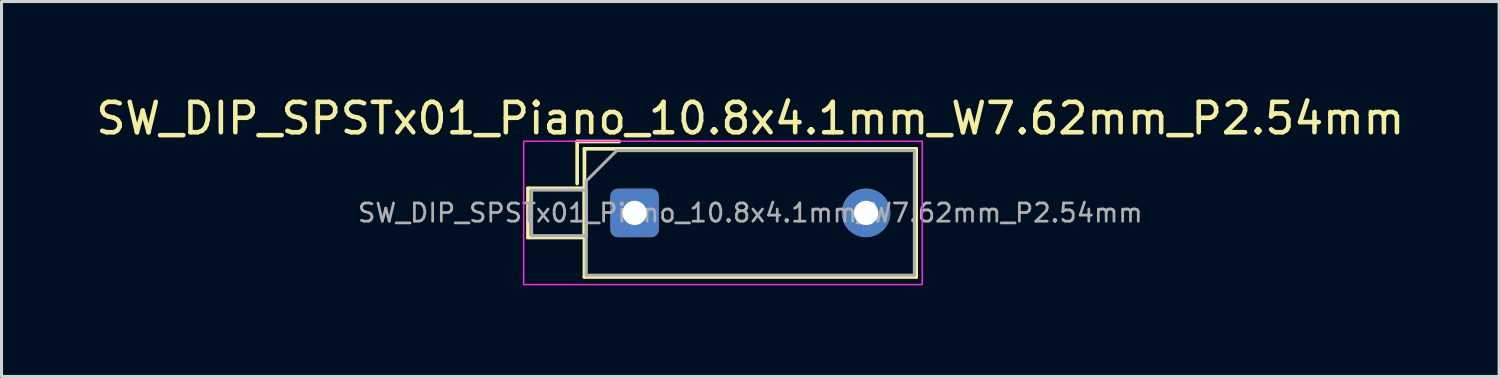
<source format=kicad_pcb>
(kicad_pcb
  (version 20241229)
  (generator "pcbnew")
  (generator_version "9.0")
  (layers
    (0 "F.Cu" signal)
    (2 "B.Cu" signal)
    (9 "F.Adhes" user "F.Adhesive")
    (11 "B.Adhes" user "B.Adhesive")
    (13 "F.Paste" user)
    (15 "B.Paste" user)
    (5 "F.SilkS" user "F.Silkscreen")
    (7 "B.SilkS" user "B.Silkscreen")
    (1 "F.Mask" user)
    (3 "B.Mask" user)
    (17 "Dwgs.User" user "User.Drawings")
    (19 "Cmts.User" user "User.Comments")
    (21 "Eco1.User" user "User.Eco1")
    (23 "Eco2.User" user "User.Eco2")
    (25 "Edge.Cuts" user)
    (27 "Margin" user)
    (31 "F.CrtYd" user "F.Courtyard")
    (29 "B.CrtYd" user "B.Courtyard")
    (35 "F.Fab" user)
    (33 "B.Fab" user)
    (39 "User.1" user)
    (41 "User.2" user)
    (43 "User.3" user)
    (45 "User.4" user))
  (footprint "SW_DIP_SPSTx01_Piano_10.8x4.1mm_W7.62mm_P2.54mm"
    (layer "F.Cu")
    (at 17.839 3.958)
    (property "Reference" "SW_DIP_SPSTx01_Piano_10.8x4.1mm_W7.62mm_P2.54mm" (at 3.81 -3.11 0) (layer "F.SilkS") (effects (font (size 1 1) (thickness 0.15))))
    (attr through_hole)
    (fp_line (start -3.51 -0.81) (end -1.65 -0.81) (stroke (width 0.12) (type solid)) (layer "F.SilkS"))
    (fp_line (start -3.51 0.81) (end -3.51 -0.81) (stroke (width 0.12) (type solid)) (layer "F.SilkS"))
    (fp_line (start -1.89 -2.35) (end -1.89 -0.967) (stroke (width 0.12) (type solid)) (layer "F.SilkS"))
    (fp_line (start -1.89 -2.35) (end -0.507 -2.35) (stroke (width 0.12) (type solid)) (layer "F.SilkS"))
    (fp_line (start -1.65 -2.11) (end -1.65 2.11) (stroke (width 0.12) (type solid)) (layer "F.SilkS"))
    (fp_line (start -1.65 -2.11) (end 9.27 -2.11) (stroke (width 0.12) (type solid)) (layer "F.SilkS"))
    (fp_line (start -1.65 -0.81) (end -1.65 0.81) (stroke (width 0.12) (type solid)) (layer "F.SilkS"))
    (fp_line (start -1.65 0.81) (end -3.51 0.81) (stroke (width 0.12) (type solid)) (layer "F.SilkS"))
    (fp_line (start -1.65 2.11) (end 9.27 2.11) (stroke (width 0.12) (type solid)) (layer "F.SilkS"))
    (fp_line (start 9.27 -2.11) (end 9.27 2.11) (stroke (width 0.12) (type solid)) (layer "F.SilkS"))
    (fp_rect (start -3.65 -2.36) (end 9.47 2.36) (stroke (width 0.05) (type solid)) (fill no) (layer "F.CrtYd"))
    (fp_line (start -1.59 -1.05) (end -0.59 -2.05) (stroke (width 0.1) (type solid)) (layer "F.Fab"))
    (fp_line (start -1.59 2.05) (end -1.59 -1.05) (stroke (width 0.1) (type solid)) (layer "F.Fab"))
    (fp_line (start -0.59 -2.05) (end 9.21 -2.05) (stroke (width 0.1) (type solid)) (layer "F.Fab"))
    (fp_line (start 9.21 -2.05) (end 9.21 2.05) (stroke (width 0.1) (type solid)) (layer "F.Fab"))
    (fp_line (start 9.21 2.05) (end -1.59 2.05) (stroke (width 0.1) (type solid)) (layer "F.Fab"))
    (fp_rect (start -3.39 -0.75) (end -1.59 0.75) (stroke (width 0.1) (type solid)) (fill no) (layer "F.Fab"))
    (fp_text user "${REFERENCE}" (at 3.81 0 0) (layer "F.Fab") (effects (font (size 0.6 0.6) (thickness 0.09))))
    (pad "1" thru_hole roundrect (at 0 0) (size 1.6 1.6) (drill 0.8) (layers "*.Cu" "*.Mask") (roundrect_rratio 0.156))
    (pad "2" thru_hole circle (at 7.62 0) (size 1.6 1.6) (drill 0.8) (layers "*.Cu" "*.Mask")))
  (gr_rect
    (start -3 -3)
    (end 46.298 9.343)
    (stroke (width 0.1) (type default))
    (fill no)
    (layer "Edge.Cuts")))
</source>
